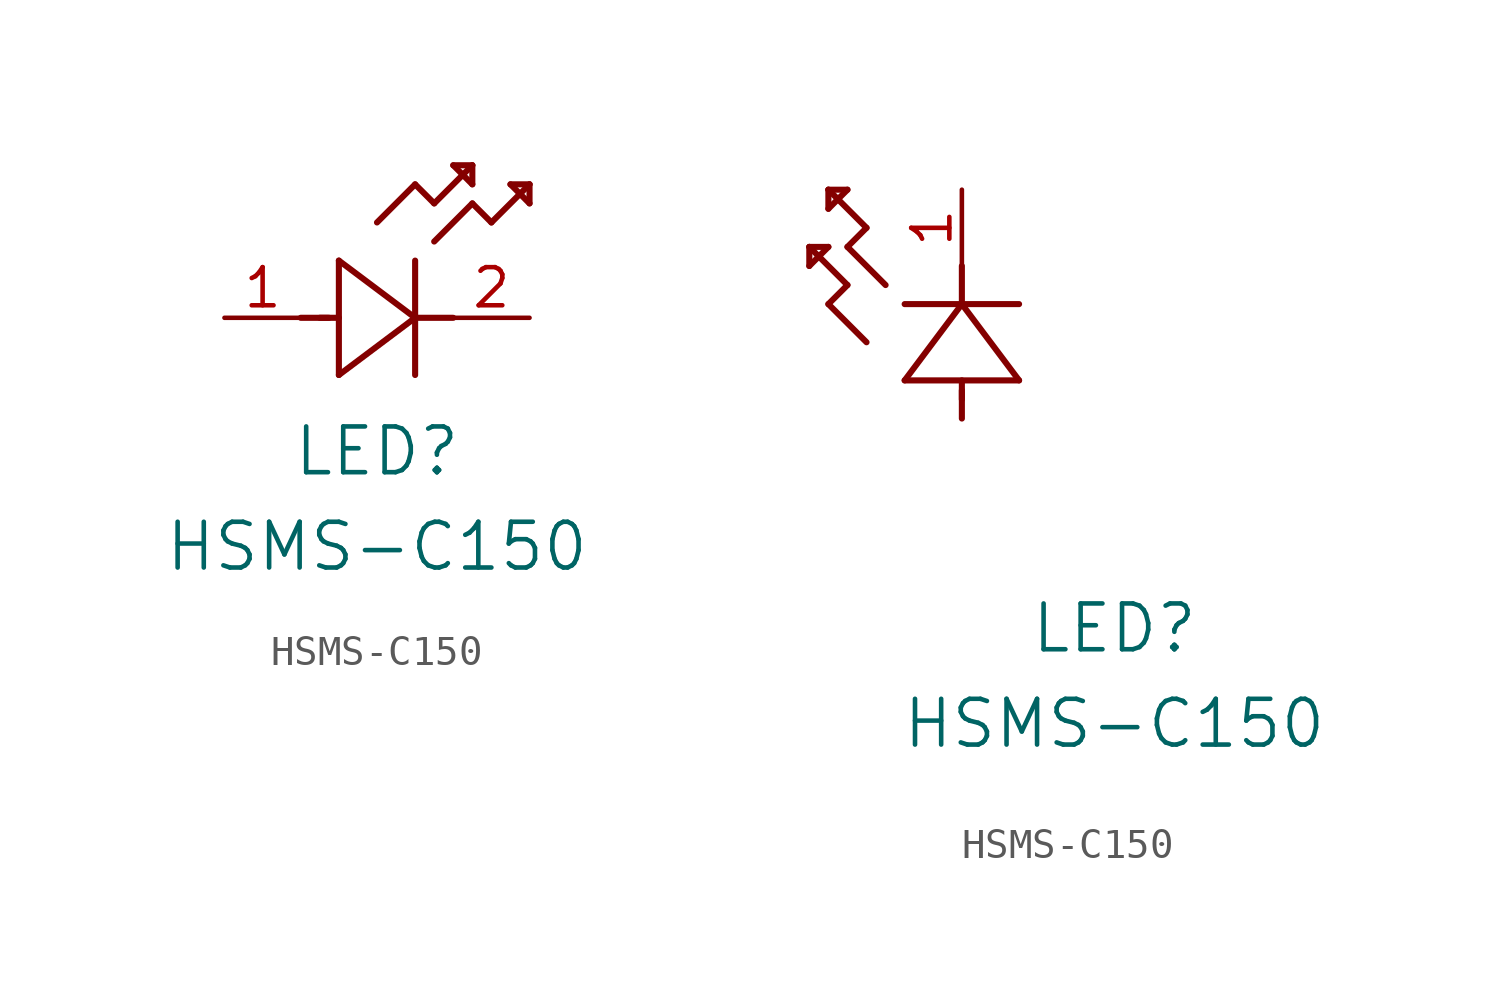
<source format=kicad_sym>
(kicad_symbol_lib
  (version 20231120)
  (generator "kicad_symbol_editor")
  (generator_version "8.0")
  (symbol "HSMS-C150"
    (pin_names
      (offset 0.254))
    (property "Reference" "LED"
      (at 5.08 -4.445 0)
      (effects (font (size 1.524 1.524))))
    (property "Value" "HSMS-C150"
      (at 5.08 -7.62 0)
      (effects (font (size 1.524 1.524))))
    (symbol "HSMS-C150_1_1"
      (polyline (pts (xy 2.54 0) (xy 3.48 0)) (stroke (width 0.203) (type default)) (fill (type none)))
      (polyline (pts (xy 3.175 0) (xy 3.81 0)) (stroke (width 0.203) (type default)) (fill (type none)))
      (polyline (pts (xy 3.81 -1.905) (xy 6.35 0)) (stroke (width 0.203) (type default)) (fill (type none)))
      (polyline (pts (xy 3.81 1.905) (xy 3.81 -1.905)) (stroke (width 0.203) (type default)) (fill (type none)))
      (polyline (pts (xy 5.08 3.175) (xy 6.35 4.445)) (stroke (width 0.203) (type default)) (fill (type none)))
      (polyline (pts (xy 6.35 -1.905) (xy 6.35 1.905)) (stroke (width 0.203) (type default)) (fill (type none)))
      (polyline (pts (xy 6.35 0) (xy 3.81 1.905)) (stroke (width 0.203) (type default)) (fill (type none)))
      (polyline (pts (xy 6.35 0) (xy 7.62 0)) (stroke (width 0.203) (type default)) (fill (type none)))
      (polyline (pts (xy 6.35 4.445) (xy 6.985 3.81)) (stroke (width 0.203) (type default)) (fill (type none)))
      (polyline (pts (xy 6.985 2.54) (xy 8.255 3.81)) (stroke (width 0.203) (type default)) (fill (type none)))
      (polyline (pts (xy 6.985 3.81) (xy 8.255 5.08)) (stroke (width 0.203) (type default)) (fill (type none)))
      (polyline (pts (xy 7.62 5.08) (xy 8.255 4.445)) (stroke (width 0.203) (type default)) (fill (type none)))
      (polyline (pts (xy 8.255 3.81) (xy 8.89 3.175)) (stroke (width 0.203) (type default)) (fill (type none)))
      (polyline (pts (xy 8.255 4.445) (xy 8.255 5.08)) (stroke (width 0.203) (type default)) (fill (type none)))
      (polyline (pts (xy 8.255 5.08) (xy 7.62 5.08)) (stroke (width 0.203) (type default)) (fill (type none)))
      (polyline (pts (xy 8.89 3.175) (xy 10.16 4.445)) (stroke (width 0.203) (type default)) (fill (type none)))
      (polyline (pts (xy 9.525 4.445) (xy 10.16 3.81)) (stroke (width 0.203) (type default)) (fill (type none)))
      (polyline (pts (xy 10.16 3.81) (xy 10.16 4.445)) (stroke (width 0.203) (type default)) (fill (type none)))
      (polyline (pts (xy 10.16 4.445) (xy 9.525 4.445)) (stroke (width 0.203) (type default)) (fill (type none)))
      (pin unspecified line (at 0 0 0) (length 2.54) (name "" (effects (font (size 1.27 1.27)))) (number "1" (effects (font (size 1.27 1.27)))))
      (pin unspecified line (at 10.16 0 180) (length 2.54) (name "" (effects (font (size 1.27 1.27)))) (number "2" (effects (font (size 1.27 1.27))))))
    (symbol "HSMS-C150_1_2"
      (polyline (pts (xy -5.08 7.62) (xy -4.445 8.255)) (stroke (width 0.203) (type default)) (fill (type none)))
      (polyline (pts (xy -5.08 8.255) (xy -5.08 7.62)) (stroke (width 0.203) (type default)) (fill (type none)))
      (polyline (pts (xy -4.445 6.35) (xy -3.81 6.985)) (stroke (width 0.203) (type default)) (fill (type none)))
      (polyline (pts (xy -4.445 8.255) (xy -5.08 8.255)) (stroke (width 0.203) (type default)) (fill (type none)))
      (polyline (pts (xy -4.445 9.525) (xy -3.81 10.16)) (stroke (width 0.203) (type default)) (fill (type none)))
      (polyline (pts (xy -4.445 10.16) (xy -4.445 9.525)) (stroke (width 0.203) (type default)) (fill (type none)))
      (polyline (pts (xy -3.81 6.985) (xy -5.08 8.255)) (stroke (width 0.203) (type default)) (fill (type none)))
      (polyline (pts (xy -3.81 8.255) (xy -3.175 8.89)) (stroke (width 0.203) (type default)) (fill (type none)))
      (polyline (pts (xy -3.81 10.16) (xy -4.445 10.16)) (stroke (width 0.203) (type default)) (fill (type none)))
      (polyline (pts (xy -3.175 5.08) (xy -4.445 6.35)) (stroke (width 0.203) (type default)) (fill (type none)))
      (polyline (pts (xy -3.175 8.89) (xy -4.445 10.16)) (stroke (width 0.203) (type default)) (fill (type none)))
      (polyline (pts (xy -2.54 6.985) (xy -3.81 8.255)) (stroke (width 0.203) (type default)) (fill (type none)))
      (polyline (pts (xy -1.905 3.81) (xy 1.905 3.81)) (stroke (width 0.203) (type default)) (fill (type none)))
      (polyline (pts (xy 0 2.54) (xy 0 3.48)) (stroke (width 0.203) (type default)) (fill (type none)))
      (polyline (pts (xy 0 3.175) (xy 0 3.81)) (stroke (width 0.203) (type default)) (fill (type none)))
      (polyline (pts (xy 0 6.35) (xy -1.905 3.81)) (stroke (width 0.203) (type default)) (fill (type none)))
      (polyline (pts (xy 0 6.35) (xy 0 7.62)) (stroke (width 0.203) (type default)) (fill (type none)))
      (polyline (pts (xy 1.905 3.81) (xy 0 6.35)) (stroke (width 0.203) (type default)) (fill (type none)))
      (polyline (pts (xy 1.905 6.35) (xy -1.905 6.35)) (stroke (width 0.203) (type default)) (fill (type none)))
      (pin unspecified line (at 0 10.16 270) (length 2.54) (name "" (effects (font (size 1.27 1.27)))) (number "1" (effects (font (size 1.27 1.27))))))))
</source>
